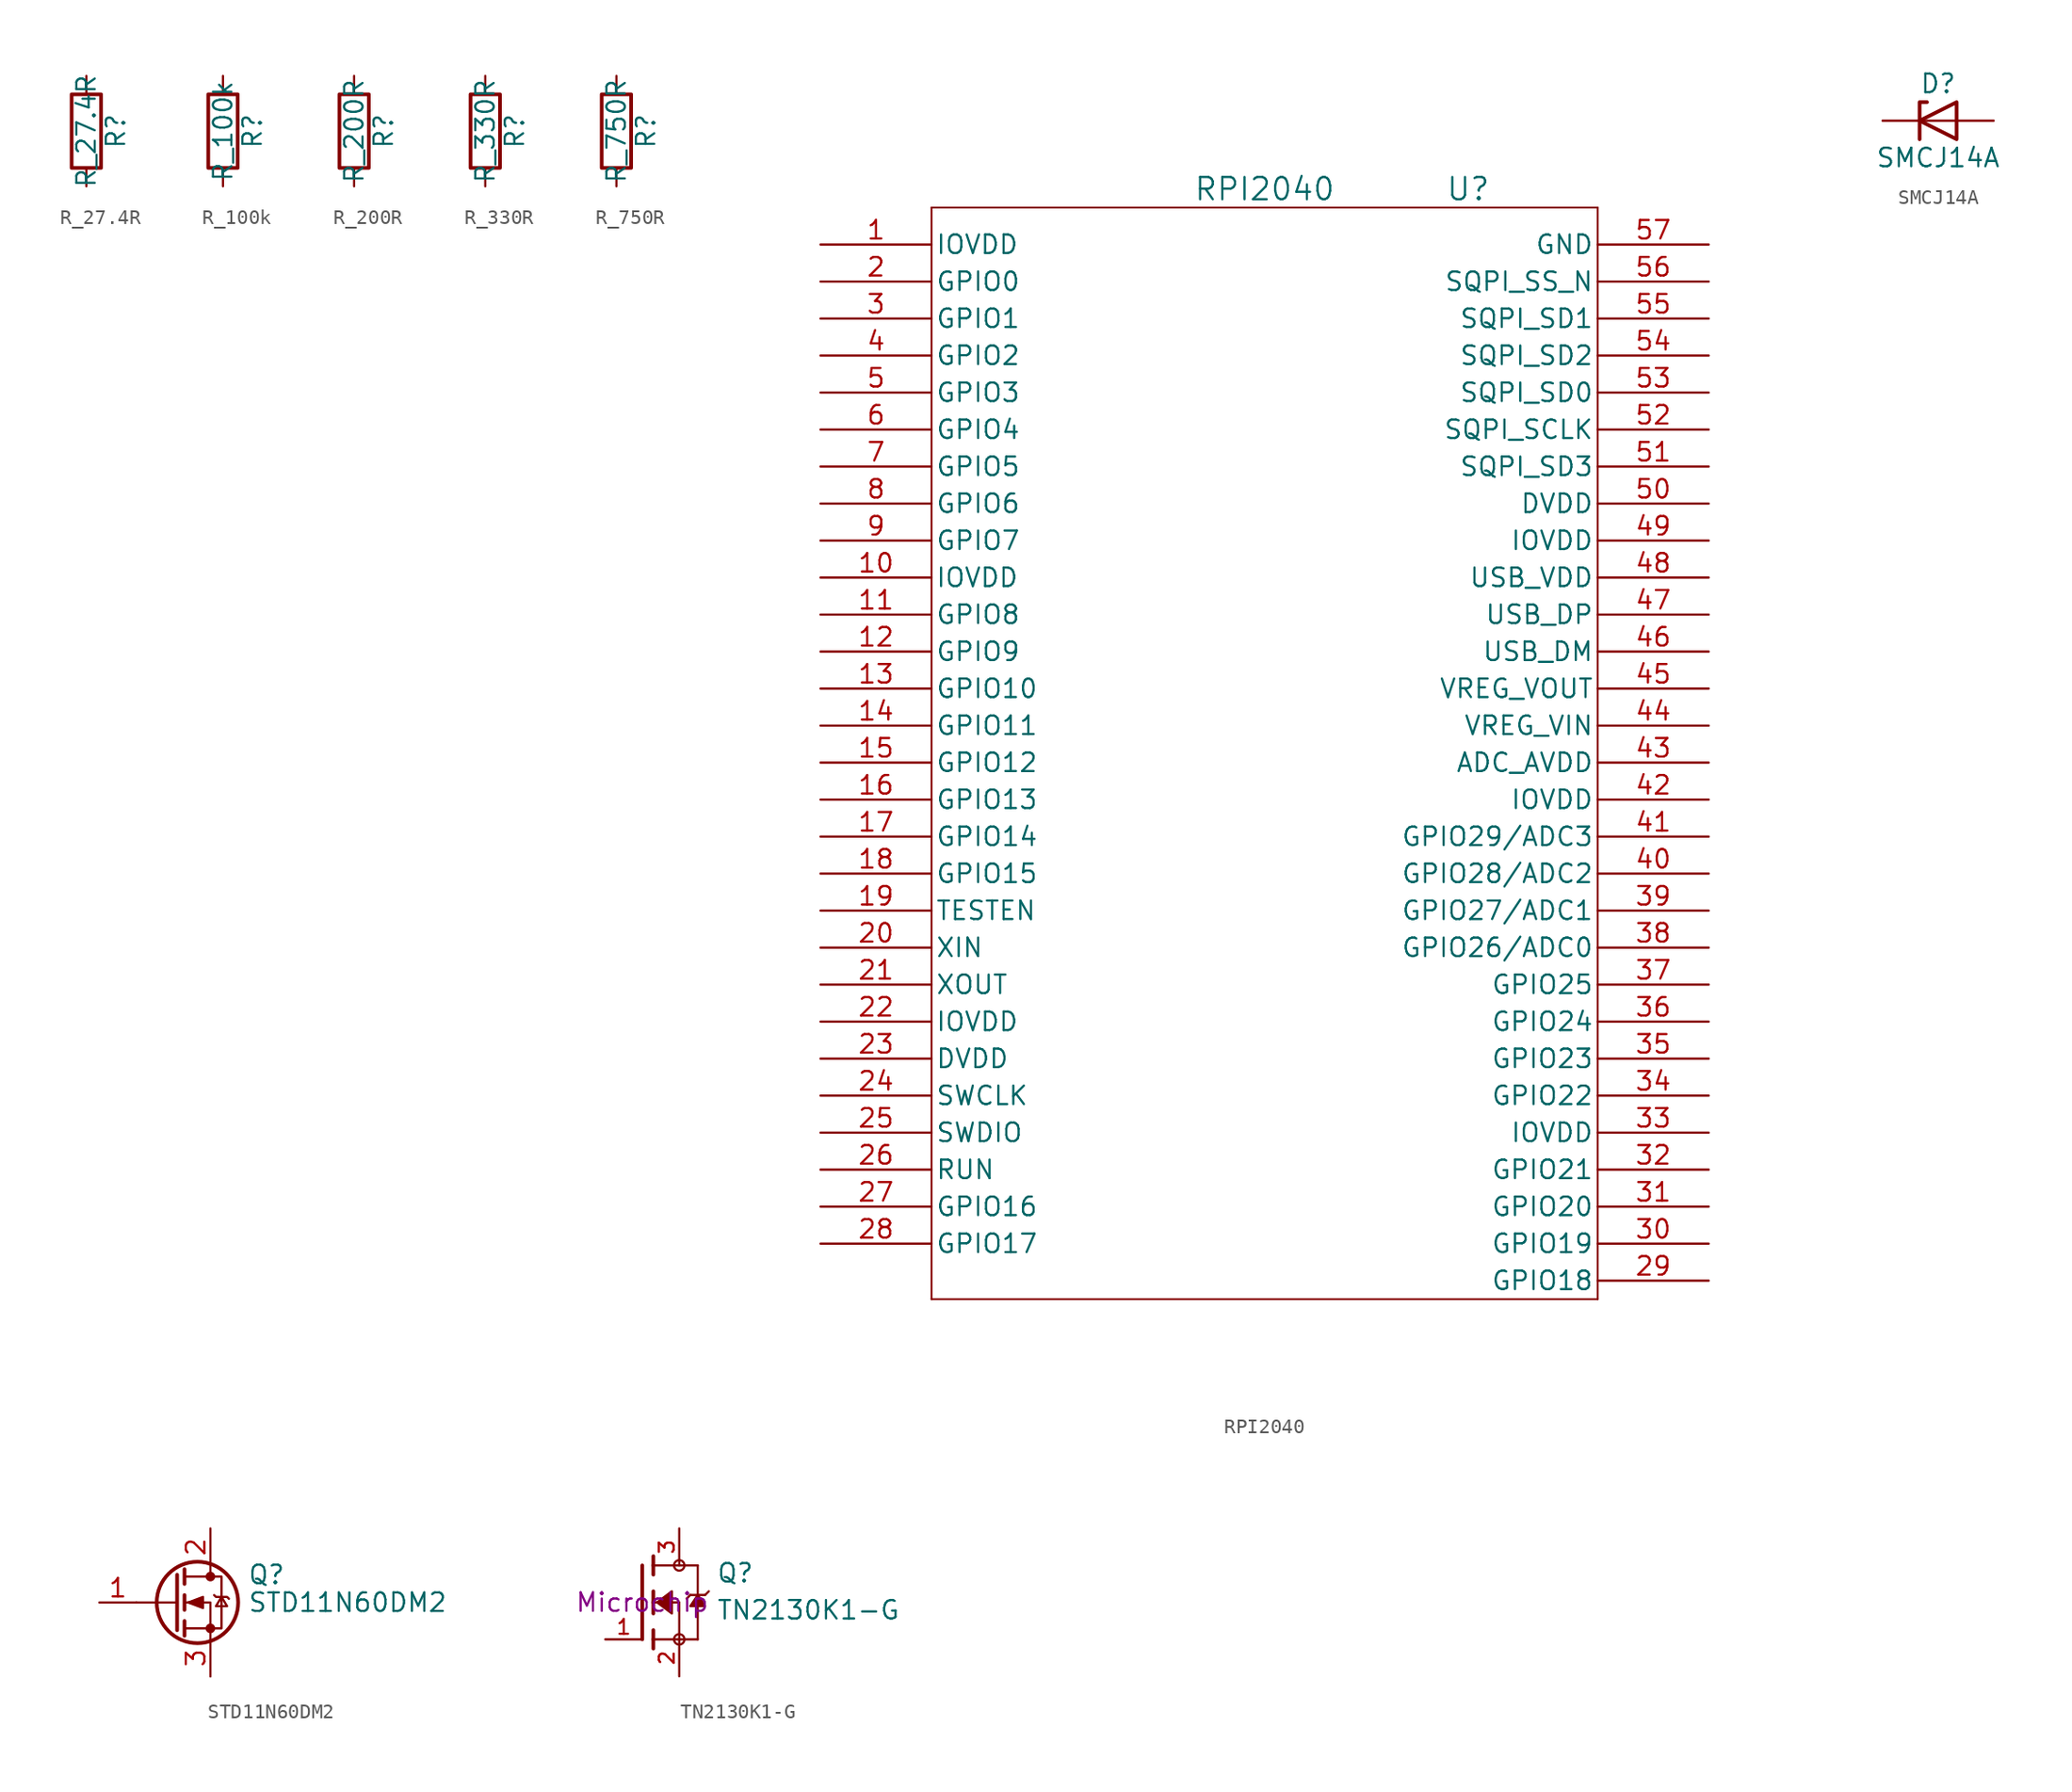
<source format=kicad_sym>
(kicad_symbol_lib
  (version 20231120)
  (generator "kicad_symbol_editor")
  (generator_version "8.0")
  (symbol "R_27.4R"
    (pin_numbers hide)
    (pin_names
      (offset 0))
    (property "Reference" "R"
      (at 2.032 0 90)
      (effects (font (size 1.27 1.27))))
    (property "Value" "R_27.4R"
      (at 0 0 90)
      (effects (font (size 1.27 1.27))))
    (symbol "R_27.4R_0_1"
      (rectangle (start -1.016 -2.54) (end 1.016 2.54) (stroke (width 0.254) (type default)) (fill (type none))))
    (symbol "R_27.4R_1_1"
      (pin passive line (at 0 3.81 270) (length 1.27) (name "~" (effects (font (size 1.27 1.27)))) (number "1" (effects (font (size 1.27 1.27)))))
      (pin passive line (at 0 -3.81 90) (length 1.27) (name "~" (effects (font (size 1.27 1.27)))) (number "2" (effects (font (size 1.27 1.27)))))))
  (symbol "R_100k"
    (pin_numbers hide)
    (pin_names
      (offset 0))
    (property "Reference" "R"
      (at 2.032 0 90)
      (effects (font (size 1.27 1.27))))
    (property "Value" "R_100k"
      (at 0 0 90)
      (effects (font (size 1.27 1.27))))
    (symbol "R_100k_0_1"
      (rectangle (start -1.016 -2.54) (end 1.016 2.54) (stroke (width 0.254) (type default)) (fill (type none))))
    (symbol "R_100k_1_1"
      (pin passive line (at 0 3.81 270) (length 1.27) (name "~" (effects (font (size 1.27 1.27)))) (number "1" (effects (font (size 1.27 1.27)))))
      (pin passive line (at 0 -3.81 90) (length 1.27) (name "~" (effects (font (size 1.27 1.27)))) (number "2" (effects (font (size 1.27 1.27)))))))
  (symbol "R_200R"
    (pin_numbers hide)
    (pin_names
      (offset 0))
    (property "Reference" "R"
      (at 2.032 0 90)
      (effects (font (size 1.27 1.27))))
    (property "Value" "R_200R"
      (at 0 0 90)
      (effects (font (size 1.27 1.27))))
    (symbol "R_200R_0_1"
      (rectangle (start -1.016 -2.54) (end 1.016 2.54) (stroke (width 0.254) (type default)) (fill (type none))))
    (symbol "R_200R_1_1"
      (pin passive line (at 0 3.81 270) (length 1.27) (name "~" (effects (font (size 1.27 1.27)))) (number "1" (effects (font (size 1.27 1.27)))))
      (pin passive line (at 0 -3.81 90) (length 1.27) (name "~" (effects (font (size 1.27 1.27)))) (number "2" (effects (font (size 1.27 1.27)))))))
  (symbol "R_330R"
    (pin_numbers hide)
    (pin_names
      (offset 0))
    (property "Reference" "R"
      (at 2.032 0 90)
      (effects (font (size 1.27 1.27))))
    (property "Value" "R_330R"
      (at 0 0 90)
      (effects (font (size 1.27 1.27))))
    (symbol "R_330R_0_1"
      (rectangle (start -1.016 -2.54) (end 1.016 2.54) (stroke (width 0.254) (type default)) (fill (type none))))
    (symbol "R_330R_1_1"
      (pin passive line (at 0 3.81 270) (length 1.27) (name "~" (effects (font (size 1.27 1.27)))) (number "1" (effects (font (size 1.27 1.27)))))
      (pin passive line (at 0 -3.81 90) (length 1.27) (name "~" (effects (font (size 1.27 1.27)))) (number "2" (effects (font (size 1.27 1.27)))))))
  (symbol "R_750R"
    (pin_numbers hide)
    (pin_names
      (offset 0))
    (property "Reference" "R"
      (at 2.032 0 90)
      (effects (font (size 1.27 1.27))))
    (property "Value" "R_750R"
      (at 0 0 90)
      (effects (font (size 1.27 1.27))))
    (symbol "R_750R_0_1"
      (rectangle (start -1.016 -2.54) (end 1.016 2.54) (stroke (width 0.254) (type default)) (fill (type none))))
    (symbol "R_750R_1_1"
      (pin passive line (at 0 3.81 270) (length 1.27) (name "~" (effects (font (size 1.27 1.27)))) (number "1" (effects (font (size 1.27 1.27)))))
      (pin passive line (at 0 -3.81 90) (length 1.27) (name "~" (effects (font (size 1.27 1.27)))) (number "2" (effects (font (size 1.27 1.27)))))))
  (symbol "RPI2040"
    (pin_names
      (offset 0.254))
    (property "Reference" "U"
      (at 44.45 3.81 0)
      (effects (font (size 1.524 1.524))))
    (property "Value" "RPI2040"
      (at 30.48 3.81 0)
      (effects (font (size 1.524 1.524))))
    (symbol "RPI2040_0_1"
      (polyline (pts (xy 7.62 -72.39) (xy 53.34 -72.39)) (stroke (width 0.127) (type default)) (fill (type none)))
      (polyline (pts (xy 7.62 2.54) (xy 7.62 -72.39)) (stroke (width 0.127) (type default)) (fill (type none)))
      (polyline (pts (xy 53.34 -72.39) (xy 53.34 2.54)) (stroke (width 0.127) (type default)) (fill (type none)))
      (polyline (pts (xy 53.34 2.54) (xy 7.62 2.54)) (stroke (width 0.127) (type default)) (fill (type none)))
      (pin power_in line (at 0 0 0) (length 7.62) (name "IOVDD" (effects (font (size 1.27 1.27)))) (number "1" (effects (font (size 1.27 1.27)))))
      (pin power_in line (at 0 -22.86 0) (length 7.62) (name "IOVDD" (effects (font (size 1.27 1.27)))) (number "10" (effects (font (size 1.27 1.27)))))
      (pin bidirectional line (at 0 -25.4 0) (length 7.62) (name "GPIO8" (effects (font (size 1.27 1.27)))) (number "11" (effects (font (size 1.27 1.27)))))
      (pin bidirectional line (at 0 -27.94 0) (length 7.62) (name "GPIO9" (effects (font (size 1.27 1.27)))) (number "12" (effects (font (size 1.27 1.27)))))
      (pin bidirectional line (at 0 -30.48 0) (length 7.62) (name "GPIO10" (effects (font (size 1.27 1.27)))) (number "13" (effects (font (size 1.27 1.27)))))
      (pin bidirectional line (at 0 -33.02 0) (length 7.62) (name "GPIO11" (effects (font (size 1.27 1.27)))) (number "14" (effects (font (size 1.27 1.27)))))
      (pin bidirectional line (at 0 -35.56 0) (length 7.62) (name "GPIO12" (effects (font (size 1.27 1.27)))) (number "15" (effects (font (size 1.27 1.27)))))
      (pin bidirectional line (at 0 -38.1 0) (length 7.62) (name "GPIO13" (effects (font (size 1.27 1.27)))) (number "16" (effects (font (size 1.27 1.27)))))
      (pin bidirectional line (at 0 -40.64 0) (length 7.62) (name "GPIO14" (effects (font (size 1.27 1.27)))) (number "17" (effects (font (size 1.27 1.27)))))
      (pin bidirectional line (at 0 -43.18 0) (length 7.62) (name "GPIO15" (effects (font (size 1.27 1.27)))) (number "18" (effects (font (size 1.27 1.27)))))
      (pin input line (at 0 -45.72 0) (length 7.62) (name "TESTEN" (effects (font (size 1.27 1.27)))) (number "19" (effects (font (size 1.27 1.27)))))
      (pin bidirectional line (at 0 -2.54 0) (length 7.62) (name "GPIO0" (effects (font (size 1.27 1.27)))) (number "2" (effects (font (size 1.27 1.27)))))
      (pin input line (at 0 -48.26 0) (length 7.62) (name "XIN" (effects (font (size 1.27 1.27)))) (number "20" (effects (font (size 1.27 1.27)))))
      (pin output line (at 0 -50.8 0) (length 7.62) (name "XOUT" (effects (font (size 1.27 1.27)))) (number "21" (effects (font (size 1.27 1.27)))))
      (pin power_in line (at 0 -53.34 0) (length 7.62) (name "IOVDD" (effects (font (size 1.27 1.27)))) (number "22" (effects (font (size 1.27 1.27)))))
      (pin power_in line (at 0 -55.88 0) (length 7.62) (name "DVDD" (effects (font (size 1.27 1.27)))) (number "23" (effects (font (size 1.27 1.27)))))
      (pin input line (at 0 -58.42 0) (length 7.62) (name "SWCLK" (effects (font (size 1.27 1.27)))) (number "24" (effects (font (size 1.27 1.27)))))
      (pin bidirectional line (at 0 -60.96 0) (length 7.62) (name "SWDIO" (effects (font (size 1.27 1.27)))) (number "25" (effects (font (size 1.27 1.27)))))
      (pin input line (at 0 -63.5 0) (length 7.62) (name "RUN" (effects (font (size 1.27 1.27)))) (number "26" (effects (font (size 1.27 1.27)))))
      (pin bidirectional line (at 0 -66.04 0) (length 7.62) (name "GPIO16" (effects (font (size 1.27 1.27)))) (number "27" (effects (font (size 1.27 1.27)))))
      (pin bidirectional line (at 0 -68.58 0) (length 7.62) (name "GPIO17" (effects (font (size 1.27 1.27)))) (number "28" (effects (font (size 1.27 1.27)))))
      (pin bidirectional line (at 60.96 -71.12 180) (length 7.62) (name "GPIO18" (effects (font (size 1.27 1.27)))) (number "29" (effects (font (size 1.27 1.27)))))
      (pin bidirectional line (at 0 -5.08 0) (length 7.62) (name "GPIO1" (effects (font (size 1.27 1.27)))) (number "3" (effects (font (size 1.27 1.27)))))
      (pin bidirectional line (at 60.96 -68.58 180) (length 7.62) (name "GPIO19" (effects (font (size 1.27 1.27)))) (number "30" (effects (font (size 1.27 1.27)))))
      (pin bidirectional line (at 60.96 -66.04 180) (length 7.62) (name "GPIO20" (effects (font (size 1.27 1.27)))) (number "31" (effects (font (size 1.27 1.27)))))
      (pin bidirectional line (at 60.96 -63.5 180) (length 7.62) (name "GPIO21" (effects (font (size 1.27 1.27)))) (number "32" (effects (font (size 1.27 1.27)))))
      (pin power_in line (at 60.96 -60.96 180) (length 7.62) (name "IOVDD" (effects (font (size 1.27 1.27)))) (number "33" (effects (font (size 1.27 1.27)))))
      (pin bidirectional line (at 60.96 -58.42 180) (length 7.62) (name "GPIO22" (effects (font (size 1.27 1.27)))) (number "34" (effects (font (size 1.27 1.27)))))
      (pin bidirectional line (at 60.96 -55.88 180) (length 7.62) (name "GPIO23" (effects (font (size 1.27 1.27)))) (number "35" (effects (font (size 1.27 1.27)))))
      (pin bidirectional line (at 60.96 -53.34 180) (length 7.62) (name "GPIO24" (effects (font (size 1.27 1.27)))) (number "36" (effects (font (size 1.27 1.27)))))
      (pin bidirectional line (at 60.96 -50.8 180) (length 7.62) (name "GPIO25" (effects (font (size 1.27 1.27)))) (number "37" (effects (font (size 1.27 1.27)))))
      (pin bidirectional line (at 60.96 -48.26 180) (length 7.62) (name "GPIO26/ADC0" (effects (font (size 1.27 1.27)))) (number "38" (effects (font (size 1.27 1.27)))))
      (pin bidirectional line (at 60.96 -45.72 180) (length 7.62) (name "GPIO27/ADC1" (effects (font (size 1.27 1.27)))) (number "39" (effects (font (size 1.27 1.27)))))
      (pin bidirectional line (at 0 -7.62 0) (length 7.62) (name "GPIO2" (effects (font (size 1.27 1.27)))) (number "4" (effects (font (size 1.27 1.27)))))
      (pin bidirectional line (at 60.96 -43.18 180) (length 7.62) (name "GPIO28/ADC2" (effects (font (size 1.27 1.27)))) (number "40" (effects (font (size 1.27 1.27)))))
      (pin bidirectional line (at 60.96 -40.64 180) (length 7.62) (name "GPIO29/ADC3" (effects (font (size 1.27 1.27)))) (number "41" (effects (font (size 1.27 1.27)))))
      (pin power_in line (at 60.96 -38.1 180) (length 7.62) (name "IOVDD" (effects (font (size 1.27 1.27)))) (number "42" (effects (font (size 1.27 1.27)))))
      (pin power_in line (at 60.96 -35.56 180) (length 7.62) (name "ADC_AVDD" (effects (font (size 1.27 1.27)))) (number "43" (effects (font (size 1.27 1.27)))))
      (pin power_in line (at 60.96 -33.02 180) (length 7.62) (name "VREG_VIN" (effects (font (size 1.27 1.27)))) (number "44" (effects (font (size 1.27 1.27)))))
      (pin power_in line (at 60.96 -30.48 180) (length 7.62) (name "VREG_VOUT" (effects (font (size 1.27 1.27)))) (number "45" (effects (font (size 1.27 1.27)))))
      (pin bidirectional line (at 60.96 -27.94 180) (length 7.62) (name "USB_DM" (effects (font (size 1.27 1.27)))) (number "46" (effects (font (size 1.27 1.27)))))
      (pin bidirectional line (at 60.96 -25.4 180) (length 7.62) (name "USB_DP" (effects (font (size 1.27 1.27)))) (number "47" (effects (font (size 1.27 1.27)))))
      (pin power_in line (at 60.96 -22.86 180) (length 7.62) (name "USB_VDD" (effects (font (size 1.27 1.27)))) (number "48" (effects (font (size 1.27 1.27)))))
      (pin power_in line (at 60.96 -20.32 180) (length 7.62) (name "IOVDD" (effects (font (size 1.27 1.27)))) (number "49" (effects (font (size 1.27 1.27)))))
      (pin bidirectional line (at 0 -10.16 0) (length 7.62) (name "GPIO3" (effects (font (size 1.27 1.27)))) (number "5" (effects (font (size 1.27 1.27)))))
      (pin power_in line (at 60.96 -17.78 180) (length 7.62) (name "DVDD" (effects (font (size 1.27 1.27)))) (number "50" (effects (font (size 1.27 1.27)))))
      (pin bidirectional line (at 60.96 -15.24 180) (length 7.62) (name "SQPI_SD3" (effects (font (size 1.27 1.27)))) (number "51" (effects (font (size 1.27 1.27)))))
      (pin bidirectional line (at 60.96 -12.7 180) (length 7.62) (name "SQPI_SCLK" (effects (font (size 1.27 1.27)))) (number "52" (effects (font (size 1.27 1.27)))))
      (pin bidirectional line (at 60.96 -10.16 180) (length 7.62) (name "SQPI_SD0" (effects (font (size 1.27 1.27)))) (number "53" (effects (font (size 1.27 1.27)))))
      (pin bidirectional line (at 60.96 -7.62 180) (length 7.62) (name "SQPI_SD2" (effects (font (size 1.27 1.27)))) (number "54" (effects (font (size 1.27 1.27)))))
      (pin bidirectional line (at 60.96 -5.08 180) (length 7.62) (name "SQPI_SD1" (effects (font (size 1.27 1.27)))) (number "55" (effects (font (size 1.27 1.27)))))
      (pin bidirectional line (at 60.96 -2.54 180) (length 7.62) (name "SQPI_SS_N" (effects (font (size 1.27 1.27)))) (number "56" (effects (font (size 1.27 1.27)))))
      (pin power_out line (at 60.96 0 180) (length 7.62) (name "GND" (effects (font (size 1.27 1.27)))) (number "57" (effects (font (size 1.27 1.27)))))
      (pin bidirectional line (at 0 -12.7 0) (length 7.62) (name "GPIO4" (effects (font (size 1.27 1.27)))) (number "6" (effects (font (size 1.27 1.27)))))
      (pin bidirectional line (at 0 -15.24 0) (length 7.62) (name "GPIO5" (effects (font (size 1.27 1.27)))) (number "7" (effects (font (size 1.27 1.27)))))
      (pin bidirectional line (at 0 -17.78 0) (length 7.62) (name "GPIO6" (effects (font (size 1.27 1.27)))) (number "8" (effects (font (size 1.27 1.27)))))
      (pin bidirectional line (at 0 -20.32 0) (length 7.62) (name "GPIO7" (effects (font (size 1.27 1.27)))) (number "9" (effects (font (size 1.27 1.27)))))))
  (symbol "SMCJ14A"
    (pin_numbers hide)
    (pin_names
      (offset 1.016) hide)
    (property "Reference" "D"
      (at 0 2.54 0)
      (effects (font (size 1.27 1.27))))
    (property "Value" "SMCJ14A"
      (at 0 -2.54 0)
      (effects (font (size 1.27 1.27))))
    (symbol "SMCJ14A_0_1"
      (polyline (pts (xy 1.27 0) (xy -1.27 0)) (stroke (width 0) (type default)) (fill (type none)))
      (polyline (pts (xy -1.27 -1.27) (xy -1.27 1.27) (xy -0.762 1.27)) (stroke (width 0.254) (type default)) (fill (type none)))
      (polyline (pts (xy 1.27 -1.27) (xy 1.27 1.27) (xy -1.27 0) (xy 1.27 -1.27)) (stroke (width 0.254) (type default)) (fill (type none))))
    (symbol "SMCJ14A_1_1"
      (pin passive line (at -3.81 0 0) (length 2.54) (name "K" (effects (font (size 1.27 1.27)))) (number "1" (effects (font (size 1.27 1.27)))))
      (pin passive line (at 3.81 0 180) (length 2.54) (name "A" (effects (font (size 1.27 1.27)))) (number "2" (effects (font (size 1.27 1.27)))))))
  (symbol "STD11N60DM2"
    (pin_names hide)
    (property "Reference" "Q"
      (at 5.08 1.905 0)
      (effects (font (size 1.27 1.27)) (justify left)))
    (property "Value" "STD11N60DM2\n"
      (at 5.08 0 0)
      (effects (font (size 1.27 1.27)) (justify left)))
    (symbol "STD11N60DM2_0_1"
      (polyline (pts (xy 0.254 0) (xy -2.54 0)) (stroke (width 0) (type default)) (fill (type none)))
      (polyline (pts (xy 0.254 1.905) (xy 0.254 -1.905)) (stroke (width 0.254) (type default)) (fill (type none)))
      (polyline (pts (xy 0.762 -1.27) (xy 0.762 -2.286)) (stroke (width 0.254) (type default)) (fill (type none)))
      (polyline (pts (xy 0.762 0.508) (xy 0.762 -0.508)) (stroke (width 0.254) (type default)) (fill (type none)))
      (polyline (pts (xy 0.762 2.286) (xy 0.762 1.27)) (stroke (width 0.254) (type default)) (fill (type none)))
      (polyline (pts (xy 2.54 2.54) (xy 2.54 1.778)) (stroke (width 0) (type default)) (fill (type none)))
      (polyline (pts (xy 2.54 -2.54) (xy 2.54 0) (xy 0.762 0)) (stroke (width 0) (type default)) (fill (type none)))
      (polyline (pts (xy 0.762 -1.778) (xy 3.302 -1.778) (xy 3.302 1.778) (xy 0.762 1.778)) (stroke (width 0) (type default)) (fill (type none)))
      (polyline (pts (xy 1.016 0) (xy 2.032 0.381) (xy 2.032 -0.381) (xy 1.016 0)) (stroke (width 0) (type default)) (fill (type outline)))
      (polyline (pts (xy 2.794 0.508) (xy 2.921 0.381) (xy 3.683 0.381) (xy 3.81 0.254)) (stroke (width 0) (type default)) (fill (type none)))
      (polyline (pts (xy 3.302 0.381) (xy 2.921 -0.254) (xy 3.683 -0.254) (xy 3.302 0.381)) (stroke (width 0) (type default)) (fill (type none)))
      (circle (center 1.651 0) (radius 2.794) (stroke (width 0.254) (type default)) (fill (type none)))
      (circle (center 2.54 -1.778) (radius 0.254) (stroke (width 0) (type default)) (fill (type outline)))
      (circle (center 2.54 1.778) (radius 0.254) (stroke (width 0) (type default)) (fill (type outline))))
    (symbol "STD11N60DM2_1_1"
      (pin passive line (at -5.08 0 0) (length 2.54) (name "G" (effects (font (size 1.27 1.27)))) (number "1" (effects (font (size 1.27 1.27)))))
      (pin passive line (at 2.54 5.08 270) (length 2.54) (name "D" (effects (font (size 1.27 1.27)))) (number "2" (effects (font (size 1.27 1.27)))))
      (pin passive line (at 2.54 -5.08 90) (length 2.54) (name "S" (effects (font (size 1.27 1.27)))) (number "3" (effects (font (size 1.27 1.27)))))))
  (symbol "TN2130K1-G"
    (pin_names
      (offset 1.016))
    (property "Reference" "Q"
      (at 5.08 1.27 0)
      (effects (font (size 1.27 1.27)) (justify left bottom)))
    (property "Value" "TN2130K1-G\n"
      (at 5.08 -1.27 0)
      (effects (font (size 1.27 1.27)) (justify left bottom)))
    (property "Manufacturer" "Microchip"
      (at 0 0 0)
      (effects (font (size 1.27 1.27))))
    (symbol "TN2130K1-G_0_0"
      (polyline (pts (xy 0 2.54) (xy 0 -2.54)) (stroke (width 0.254) (type default)) (fill (type none)))
      (polyline (pts (xy 0.762 -2.54) (xy 0.762 -3.175)) (stroke (width 0.254) (type default)) (fill (type none)))
      (polyline (pts (xy 0.762 -1.905) (xy 0.762 -2.54)) (stroke (width 0.254) (type default)) (fill (type none)))
      (polyline (pts (xy 0.762 0) (xy 0.762 -0.762)) (stroke (width 0.254) (type default)) (fill (type none)))
      (polyline (pts (xy 0.762 0) (xy 2.54 0)) (stroke (width 0.152) (type default)) (fill (type none)))
      (polyline (pts (xy 0.762 0.762) (xy 0.762 0)) (stroke (width 0.254) (type default)) (fill (type none)))
      (polyline (pts (xy 0.762 2.54) (xy 0.762 1.905)) (stroke (width 0.254) (type default)) (fill (type none)))
      (polyline (pts (xy 0.762 2.54) (xy 3.81 2.54)) (stroke (width 0.152) (type default)) (fill (type none)))
      (polyline (pts (xy 0.762 3.175) (xy 0.762 2.54)) (stroke (width 0.254) (type default)) (fill (type none)))
      (polyline (pts (xy 2.54 -2.54) (xy 0.762 -2.54)) (stroke (width 0.152) (type default)) (fill (type none)))
      (polyline (pts (xy 2.54 -2.54) (xy 3.81 -2.54)) (stroke (width 0.152) (type default)) (fill (type none)))
      (polyline (pts (xy 2.54 0) (xy 2.54 -2.54)) (stroke (width 0.152) (type default)) (fill (type none)))
      (polyline (pts (xy 3.302 0.508) (xy 3.048 0.254)) (stroke (width 0.152) (type default)) (fill (type none)))
      (polyline (pts (xy 3.81 0.508) (xy 3.302 0.508)) (stroke (width 0.152) (type default)) (fill (type none)))
      (polyline (pts (xy 3.81 0.508) (xy 3.81 -2.54)) (stroke (width 0.152) (type default)) (fill (type none)))
      (polyline (pts (xy 3.81 2.54) (xy 3.81 0.508)) (stroke (width 0.152) (type default)) (fill (type none)))
      (polyline (pts (xy 4.318 0.508) (xy 3.81 0.508)) (stroke (width 0.152) (type default)) (fill (type none)))
      (polyline (pts (xy 4.572 0.762) (xy 4.318 0.508)) (stroke (width 0.152) (type default)) (fill (type none)))
      (polyline (pts (xy 1.016 0) (xy 2.032 0.762) (xy 2.032 -0.762) (xy 1.016 0)) (stroke (width 0.152) (type default)) (fill (type outline)))
      (polyline (pts (xy 3.81 0.508) (xy 3.302 -0.254) (xy 4.318 -0.254) (xy 3.81 0.508)) (stroke (width 0.152) (type default)) (fill (type outline)))
      (circle (center 2.54 -2.54) (radius 0.359) (stroke (width 0) (type default)) (fill (type none)))
      (circle (center 2.54 2.54) (radius 0.359) (stroke (width 0) (type default)) (fill (type none)))
      (pin passive line (at -2.54 -2.54 0) (length 2.54) (name "~" (effects (font (size 1.016 1.016)))) (number "1" (effects (font (size 1.016 1.016)))))
      (pin passive line (at 2.54 -5.08 90) (length 2.54) (name "~" (effects (font (size 1.016 1.016)))) (number "2" (effects (font (size 1.016 1.016)))))
      (pin passive line (at 2.54 5.08 270) (length 2.54) (name "~" (effects (font (size 1.016 1.016)))) (number "3" (effects (font (size 1.016 1.016))))))))
</source>
